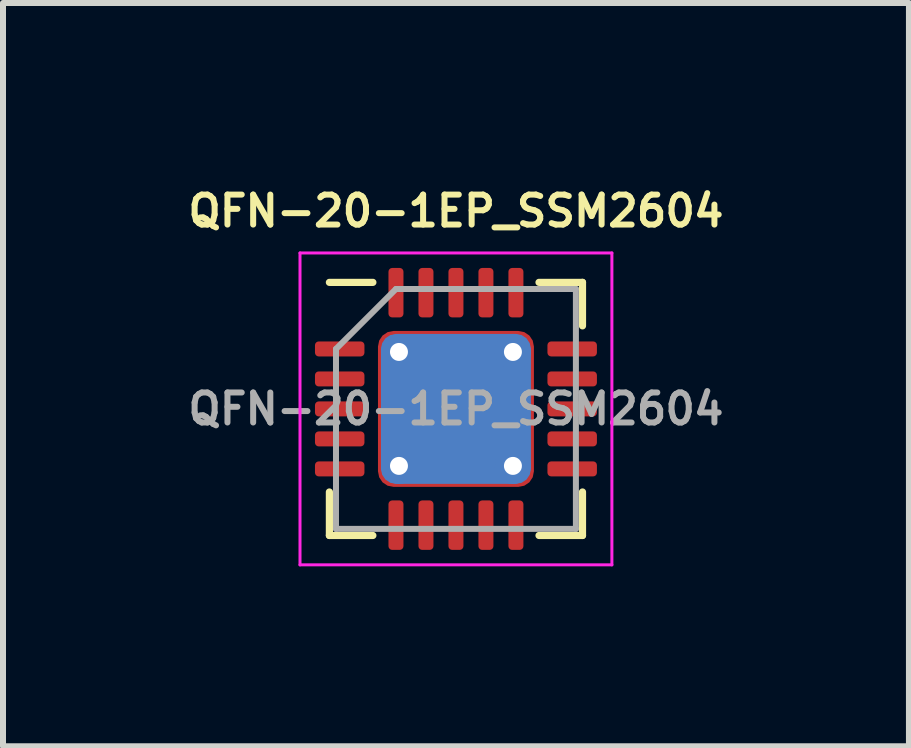
<source format=kicad_pcb>
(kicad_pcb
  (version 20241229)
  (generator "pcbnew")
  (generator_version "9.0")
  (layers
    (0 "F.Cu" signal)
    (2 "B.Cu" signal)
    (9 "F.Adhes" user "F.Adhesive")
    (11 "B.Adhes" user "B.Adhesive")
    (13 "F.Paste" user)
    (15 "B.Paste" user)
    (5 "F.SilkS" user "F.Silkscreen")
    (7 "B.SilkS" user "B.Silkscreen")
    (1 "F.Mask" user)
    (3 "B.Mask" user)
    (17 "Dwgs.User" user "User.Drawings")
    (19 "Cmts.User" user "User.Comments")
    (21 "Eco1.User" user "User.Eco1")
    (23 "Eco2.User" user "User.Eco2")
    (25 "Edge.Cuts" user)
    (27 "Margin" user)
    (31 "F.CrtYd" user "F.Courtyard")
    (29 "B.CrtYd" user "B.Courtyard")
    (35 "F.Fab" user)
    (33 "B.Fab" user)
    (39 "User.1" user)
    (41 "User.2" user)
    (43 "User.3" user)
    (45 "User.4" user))
  (footprint "QFN-20-1EP_SSM2604"
    (layer "F.Cu")
    (at 4.552 3.768)
    (property "Reference" "QFN-20-1EP_SSM2604" (at 0 -3.3 180) (layer "F.SilkS") (effects (font (size 0.5 0.5) (thickness 0.1))))
    (attr smd)
    (fp_line (start -2.11 2.11) (end -2.11 1.385) (stroke (width 0.12) (type solid)) (layer "F.SilkS"))
    (fp_line (start -1.385 -2.11) (end -2.11 -2.11) (stroke (width 0.12) (type solid)) (layer "F.SilkS"))
    (fp_line (start -1.385 2.11) (end -2.11 2.11) (stroke (width 0.12) (type solid)) (layer "F.SilkS"))
    (fp_line (start 1.385 -2.11) (end 2.11 -2.11) (stroke (width 0.12) (type solid)) (layer "F.SilkS"))
    (fp_line (start 1.385 2.11) (end 2.11 2.11) (stroke (width 0.12) (type solid)) (layer "F.SilkS"))
    (fp_line (start 2.11 -2.11) (end 2.11 -1.385) (stroke (width 0.12) (type solid)) (layer "F.SilkS"))
    (fp_line (start 2.11 2.11) (end 2.11 1.385) (stroke (width 0.12) (type solid)) (layer "F.SilkS"))
    (fp_line (start -2.6 -2.6) (end -2.6 2.6) (stroke (width 0.05) (type solid)) (layer "F.CrtYd"))
    (fp_line (start -2.6 2.6) (end 2.6 2.6) (stroke (width 0.05) (type solid)) (layer "F.CrtYd"))
    (fp_line (start 2.6 -2.6) (end -2.6 -2.6) (stroke (width 0.05) (type solid)) (layer "F.CrtYd"))
    (fp_line (start 2.6 2.6) (end 2.6 -2.6) (stroke (width 0.05) (type solid)) (layer "F.CrtYd"))
    (fp_line (start -2 -1) (end -1 -2) (stroke (width 0.1) (type solid)) (layer "F.Fab"))
    (fp_line (start -2 2) (end -2 -1) (stroke (width 0.1) (type solid)) (layer "F.Fab"))
    (fp_line (start -1 -2) (end 2 -2) (stroke (width 0.1) (type solid)) (layer "F.Fab"))
    (fp_line (start 2 -2) (end 2 2) (stroke (width 0.1) (type solid)) (layer "F.Fab"))
    (fp_line (start 2 2) (end -2 2) (stroke (width 0.1) (type solid)) (layer "F.Fab"))
    (fp_text user "${REFERENCE}" (at 0 0 180) (layer "F.Fab") (effects (font (size 0.5 0.5) (thickness 0.1))))
    (pad "" smd roundrect (at -0.625 -0.625) (size 1.08 1.08) (layers "F.Paste") (roundrect_rratio 0.231))
    (pad "" smd roundrect (at -0.625 0.625) (size 1.08 1.08) (layers "F.Paste") (roundrect_rratio 0.231))
    (pad "" smd roundrect (at 0.625 -0.625) (size 1.08 1.08) (layers "F.Paste") (roundrect_rratio 0.231))
    (pad "" smd roundrect (at 0.625 0.625) (size 1.08 1.08) (layers "F.Paste") (roundrect_rratio 0.231))
    (pad "1" smd roundrect (at -1.938 -1) (size 0.825 0.25) (layers "F.Cu" "F.Mask" "F.Paste") (roundrect_rratio 0.25))
    (pad "2" smd roundrect (at -1.938 -0.5) (size 0.825 0.25) (layers "F.Cu" "F.Mask" "F.Paste") (roundrect_rratio 0.25))
    (pad "3" smd roundrect (at -1.938 0) (size 0.825 0.25) (layers "F.Cu" "F.Mask" "F.Paste") (roundrect_rratio 0.25))
    (pad "4" smd roundrect (at -1.938 0.5) (size 0.825 0.25) (layers "F.Cu" "F.Mask" "F.Paste") (roundrect_rratio 0.25))
    (pad "5" smd roundrect (at -1.938 1) (size 0.825 0.25) (layers "F.Cu" "F.Mask" "F.Paste") (roundrect_rratio 0.25))
    (pad "6" smd roundrect (at -1 1.938) (size 0.25 0.825) (layers "F.Cu" "F.Mask" "F.Paste") (roundrect_rratio 0.25))
    (pad "7" smd roundrect (at -0.5 1.938) (size 0.25 0.825) (layers "F.Cu" "F.Mask" "F.Paste") (roundrect_rratio 0.25))
    (pad "8" smd roundrect (at 0 1.938) (size 0.25 0.825) (layers "F.Cu" "F.Mask" "F.Paste") (roundrect_rratio 0.25))
    (pad "9" smd roundrect (at 0.5 1.938) (size 0.25 0.825) (layers "F.Cu" "F.Mask" "F.Paste") (roundrect_rratio 0.25))
    (pad "10" smd roundrect (at 1 1.938) (size 0.25 0.825) (layers "F.Cu" "F.Mask" "F.Paste") (roundrect_rratio 0.25))
    (pad "11" smd roundrect (at 1.938 1) (size 0.825 0.25) (layers "F.Cu" "F.Mask" "F.Paste") (roundrect_rratio 0.25))
    (pad "12" smd roundrect (at 1.938 0.5) (size 0.825 0.25) (layers "F.Cu" "F.Mask" "F.Paste") (roundrect_rratio 0.25))
    (pad "13" smd roundrect (at 1.938 0) (size 0.825 0.25) (layers "F.Cu" "F.Mask" "F.Paste") (roundrect_rratio 0.25))
    (pad "14" smd roundrect (at 1.938 -0.5) (size 0.825 0.25) (layers "F.Cu" "F.Mask" "F.Paste") (roundrect_rratio 0.25))
    (pad "15" smd roundrect (at 1.938 -1) (size 0.825 0.25) (layers "F.Cu" "F.Mask" "F.Paste") (roundrect_rratio 0.25))
    (pad "16" smd roundrect (at 1 -1.938) (size 0.25 0.825) (layers "F.Cu" "F.Mask" "F.Paste") (roundrect_rratio 0.25))
    (pad "17" smd roundrect (at 0.5 -1.938) (size 0.25 0.825) (layers "F.Cu" "F.Mask" "F.Paste") (roundrect_rratio 0.25))
    (pad "18" smd roundrect (at 0 -1.938) (size 0.25 0.825) (layers "F.Cu" "F.Mask" "F.Paste") (roundrect_rratio 0.25))
    (pad "19" smd roundrect (at -0.5 -1.938) (size 0.25 0.825) (layers "F.Cu" "F.Mask" "F.Paste") (roundrect_rratio 0.25))
    (pad "20" smd roundrect (at -1 -1.938) (size 0.25 0.825) (layers "F.Cu" "F.Mask" "F.Paste") (roundrect_rratio 0.25))
    (pad "21" thru_hole circle (at -0.95 -0.95) (size 0.6 0.6) (drill 0.3) (layers "*.Cu"))
    (pad "21" thru_hole circle (at -0.95 0.95) (size 0.6 0.6) (drill 0.3) (layers "*.Cu"))
    (pad "21" smd roundrect (at 0 0) (size 2.5 2.5) (layers "B.Cu") (roundrect_rratio 0.1))
    (pad "21" smd roundrect (at 0 0) (size 2.6 2.6) (layers "F.Cu" "F.Mask") (roundrect_rratio 0.1))
    (pad "21" thru_hole circle (at 0.95 -0.95) (size 0.6 0.6) (drill 0.3) (layers "*.Cu"))
    (pad "21" thru_hole circle (at 0.95 0.95) (size 0.6 0.6) (drill 0.3) (layers "*.Cu")))
  (gr_rect
    (start -3 -3)
    (end 12.105 9.393)
    (stroke (width 0.1) (type default))
    (fill no)
    (layer "Edge.Cuts")))
</source>
